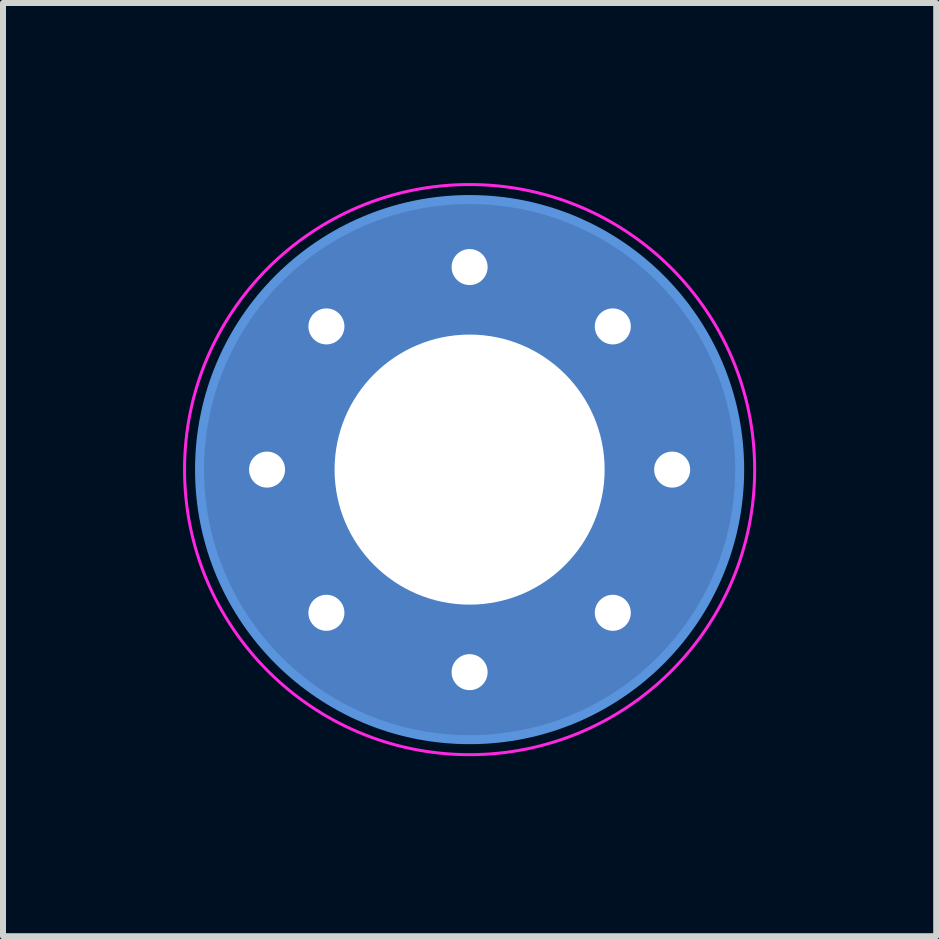
<source format=kicad_pcb>
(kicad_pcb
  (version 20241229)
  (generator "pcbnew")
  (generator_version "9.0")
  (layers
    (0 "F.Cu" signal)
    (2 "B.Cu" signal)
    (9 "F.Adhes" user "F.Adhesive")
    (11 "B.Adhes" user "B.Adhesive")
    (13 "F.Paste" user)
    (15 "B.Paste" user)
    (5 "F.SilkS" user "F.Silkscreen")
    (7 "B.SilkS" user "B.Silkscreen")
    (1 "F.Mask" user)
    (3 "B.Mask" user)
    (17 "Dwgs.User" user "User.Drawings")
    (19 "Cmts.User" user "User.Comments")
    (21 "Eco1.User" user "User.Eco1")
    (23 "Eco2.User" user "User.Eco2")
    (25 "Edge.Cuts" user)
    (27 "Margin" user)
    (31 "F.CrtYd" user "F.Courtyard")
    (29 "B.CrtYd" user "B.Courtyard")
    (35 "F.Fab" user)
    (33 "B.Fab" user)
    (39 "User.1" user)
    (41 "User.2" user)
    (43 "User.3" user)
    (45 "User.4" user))
  (footprint "hole"
    (layer "F.Cu")
    (at 4.775 4.775)
    (property "Reference" "hole" (at 0 0.5 0) (layer "F.SilkS") (effects (font (size 1 1) (thickness 0.15))))
    (attr through_hole)
    (fp_circle (center 0 0) (end 4.5 0) (stroke (width 0.15) (type solid)) (fill no) (layer "Cmts.User"))
    (fp_circle (center 0 0) (end 4.75 0) (stroke (width 0.05) (type solid)) (fill no) (layer "F.CrtYd"))
    (fp_text user "${REFERENCE}" (at 0.3 0 0) (layer "F.Fab") (effects (font (size 1 1) (thickness 0.15))))
    (pad "1" thru_hole circle (at -3.375 0) (size 0.9 0.9) (drill 0.6) (layers "*.Cu" "*.Mask"))
    (pad "1" thru_hole circle (at -2.386 -2.386) (size 0.9 0.9) (drill 0.6) (layers "*.Cu" "*.Mask"))
    (pad "1" thru_hole circle (at -2.386 2.386) (size 0.9 0.9) (drill 0.6) (layers "*.Cu" "*.Mask"))
    (pad "1" thru_hole circle (at 0 -3.375) (size 0.9 0.9) (drill 0.6) (layers "*.Cu" "*.Mask"))
    (pad "1" thru_hole circle (at 0 0) (size 9 9) (drill 4.5) (layers "*.Cu" "*.Mask"))
    (pad "1" thru_hole circle (at 0 3.375) (size 0.9 0.9) (drill 0.6) (layers "*.Cu" "*.Mask"))
    (pad "1" thru_hole circle (at 2.386 -2.386) (size 0.9 0.9) (drill 0.6) (layers "*.Cu" "*.Mask"))
    (pad "1" thru_hole circle (at 2.386 2.386) (size 0.9 0.9) (drill 0.6) (layers "*.Cu" "*.Mask"))
    (pad "1" thru_hole circle (at 3.375 0) (size 0.9 0.9) (drill 0.6) (layers "*.Cu" "*.Mask")))
  (gr_rect
    (start -3 -3)
    (end 12.55 12.55)
    (stroke (width 0.1) (type default))
    (fill no)
    (layer "Edge.Cuts")))
</source>
